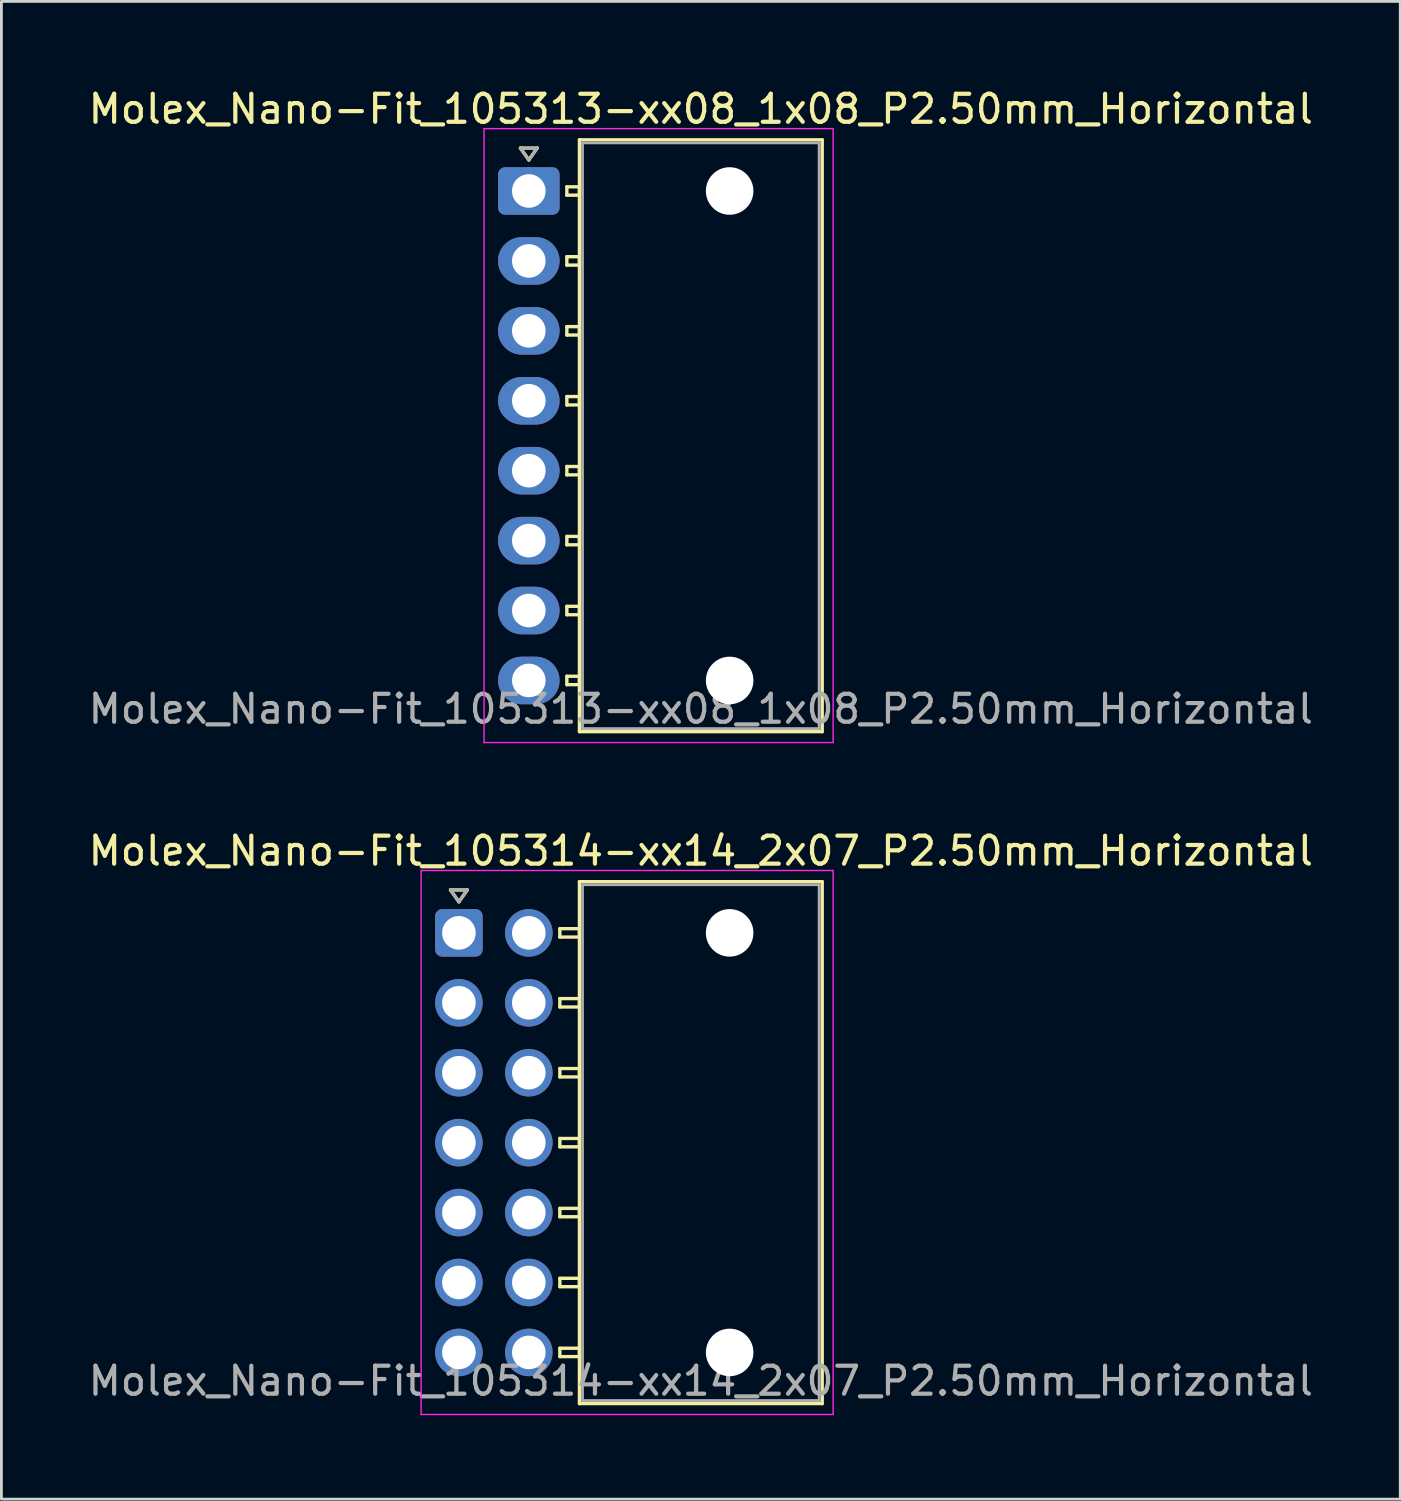
<source format=kicad_pcb>
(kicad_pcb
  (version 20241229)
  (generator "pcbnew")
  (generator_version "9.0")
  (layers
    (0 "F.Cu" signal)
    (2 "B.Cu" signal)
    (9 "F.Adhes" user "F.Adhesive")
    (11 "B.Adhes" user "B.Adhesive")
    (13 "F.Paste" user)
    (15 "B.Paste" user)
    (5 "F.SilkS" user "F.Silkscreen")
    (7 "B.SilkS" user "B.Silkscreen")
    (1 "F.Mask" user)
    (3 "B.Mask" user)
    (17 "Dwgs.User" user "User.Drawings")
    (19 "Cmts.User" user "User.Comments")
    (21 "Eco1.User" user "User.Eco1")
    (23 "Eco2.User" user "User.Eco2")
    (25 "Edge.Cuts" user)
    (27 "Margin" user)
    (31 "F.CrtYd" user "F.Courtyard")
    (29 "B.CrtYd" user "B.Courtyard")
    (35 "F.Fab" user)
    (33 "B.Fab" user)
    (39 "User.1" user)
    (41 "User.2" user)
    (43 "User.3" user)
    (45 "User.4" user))
  (footprint "Molex_Nano-Fit_105313-xx08_1x08_P2.50mm_Horizontal"
    (layer "F.Cu")
    (at 15.856 3.778)
    (property "Reference" "Molex_Nano-Fit_105313-xx08_1x08_P2.50mm_Horizontal" (at 6.15 -2.93 0) (layer "F.SilkS") (effects (font (size 1 1) (thickness 0.15))))
    (attr through_hole)
    (fp_line (start -0.3 -1.534) (end 0 -1.11) (stroke (width 0.12) (type solid)) (layer "F.SilkS"))
    (fp_line (start 0 -1.11) (end 0.3 -1.534) (stroke (width 0.12) (type solid)) (layer "F.SilkS"))
    (fp_line (start 0.3 -1.534) (end -0.3 -1.534) (stroke (width 0.12) (type solid)) (layer "F.SilkS"))
    (fp_line (start 1.36 -0.15) (end 1.36 0.15) (stroke (width 0.12) (type solid)) (layer "F.SilkS"))
    (fp_line (start 1.36 0.15) (end 1.81 0.15) (stroke (width 0.12) (type solid)) (layer "F.SilkS"))
    (fp_line (start 1.36 2.35) (end 1.36 2.65) (stroke (width 0.12) (type solid)) (layer "F.SilkS"))
    (fp_line (start 1.36 2.65) (end 1.81 2.65) (stroke (width 0.12) (type solid)) (layer "F.SilkS"))
    (fp_line (start 1.36 4.85) (end 1.36 5.15) (stroke (width 0.12) (type solid)) (layer "F.SilkS"))
    (fp_line (start 1.36 5.15) (end 1.81 5.15) (stroke (width 0.12) (type solid)) (layer "F.SilkS"))
    (fp_line (start 1.36 7.35) (end 1.36 7.65) (stroke (width 0.12) (type solid)) (layer "F.SilkS"))
    (fp_line (start 1.36 7.65) (end 1.81 7.65) (stroke (width 0.12) (type solid)) (layer "F.SilkS"))
    (fp_line (start 1.36 9.85) (end 1.36 10.15) (stroke (width 0.12) (type solid)) (layer "F.SilkS"))
    (fp_line (start 1.36 10.15) (end 1.81 10.15) (stroke (width 0.12) (type solid)) (layer "F.SilkS"))
    (fp_line (start 1.36 12.35) (end 1.36 12.65) (stroke (width 0.12) (type solid)) (layer "F.SilkS"))
    (fp_line (start 1.36 12.65) (end 1.81 12.65) (stroke (width 0.12) (type solid)) (layer "F.SilkS"))
    (fp_line (start 1.36 14.85) (end 1.36 15.15) (stroke (width 0.12) (type solid)) (layer "F.SilkS"))
    (fp_line (start 1.36 15.15) (end 1.81 15.15) (stroke (width 0.12) (type solid)) (layer "F.SilkS"))
    (fp_line (start 1.36 17.35) (end 1.36 17.65) (stroke (width 0.12) (type solid)) (layer "F.SilkS"))
    (fp_line (start 1.36 17.65) (end 1.81 17.65) (stroke (width 0.12) (type solid)) (layer "F.SilkS"))
    (fp_line (start 1.81 -1.83) (end 1.81 19.33) (stroke (width 0.12) (type solid)) (layer "F.SilkS"))
    (fp_line (start 1.81 -0.15) (end 1.36 -0.15) (stroke (width 0.12) (type solid)) (layer "F.SilkS"))
    (fp_line (start 1.81 0.15) (end 1.81 -0.15) (stroke (width 0.12) (type solid)) (layer "F.SilkS"))
    (fp_line (start 1.81 2.35) (end 1.36 2.35) (stroke (width 0.12) (type solid)) (layer "F.SilkS"))
    (fp_line (start 1.81 2.65) (end 1.81 2.35) (stroke (width 0.12) (type solid)) (layer "F.SilkS"))
    (fp_line (start 1.81 4.85) (end 1.36 4.85) (stroke (width 0.12) (type solid)) (layer "F.SilkS"))
    (fp_line (start 1.81 5.15) (end 1.81 4.85) (stroke (width 0.12) (type solid)) (layer "F.SilkS"))
    (fp_line (start 1.81 7.35) (end 1.36 7.35) (stroke (width 0.12) (type solid)) (layer "F.SilkS"))
    (fp_line (start 1.81 7.65) (end 1.81 7.35) (stroke (width 0.12) (type solid)) (layer "F.SilkS"))
    (fp_line (start 1.81 9.85) (end 1.36 9.85) (stroke (width 0.12) (type solid)) (layer "F.SilkS"))
    (fp_line (start 1.81 10.15) (end 1.81 9.85) (stroke (width 0.12) (type solid)) (layer "F.SilkS"))
    (fp_line (start 1.81 12.35) (end 1.36 12.35) (stroke (width 0.12) (type solid)) (layer "F.SilkS"))
    (fp_line (start 1.81 12.65) (end 1.81 12.35) (stroke (width 0.12) (type solid)) (layer "F.SilkS"))
    (fp_line (start 1.81 14.85) (end 1.36 14.85) (stroke (width 0.12) (type solid)) (layer "F.SilkS"))
    (fp_line (start 1.81 15.15) (end 1.81 14.85) (stroke (width 0.12) (type solid)) (layer "F.SilkS"))
    (fp_line (start 1.81 17.35) (end 1.36 17.35) (stroke (width 0.12) (type solid)) (layer "F.SilkS"))
    (fp_line (start 1.81 17.65) (end 1.81 17.35) (stroke (width 0.12) (type solid)) (layer "F.SilkS"))
    (fp_line (start 1.81 19.33) (end 10.49 19.33) (stroke (width 0.12) (type solid)) (layer "F.SilkS"))
    (fp_line (start 10.49 -1.83) (end 1.81 -1.83) (stroke (width 0.12) (type solid)) (layer "F.SilkS"))
    (fp_line (start 10.49 19.33) (end 10.49 -1.83) (stroke (width 0.12) (type solid)) (layer "F.SilkS"))
    (fp_line (start -1.6 -2.23) (end -1.6 19.72) (stroke (width 0.05) (type solid)) (layer "F.CrtYd"))
    (fp_line (start -1.6 19.72) (end 10.88 19.72) (stroke (width 0.05) (type solid)) (layer "F.CrtYd"))
    (fp_line (start 10.88 -2.23) (end -1.6 -2.23) (stroke (width 0.05) (type solid)) (layer "F.CrtYd"))
    (fp_line (start 10.88 19.72) (end 10.88 -2.23) (stroke (width 0.05) (type solid)) (layer "F.CrtYd"))
    (fp_line (start -0.3 -1.534) (end 0 -1.11) (stroke (width 0.1) (type solid)) (layer "F.Fab"))
    (fp_line (start 0 -1.11) (end 0.3 -1.534) (stroke (width 0.1) (type solid)) (layer "F.Fab"))
    (fp_line (start 0.3 -1.534) (end -0.3 -1.534) (stroke (width 0.1) (type solid)) (layer "F.Fab"))
    (fp_line (start 1.92 -1.72) (end 1.92 19.22) (stroke (width 0.1) (type solid)) (layer "F.Fab"))
    (fp_line (start 1.92 19.22) (end 10.38 19.22) (stroke (width 0.1) (type solid)) (layer "F.Fab"))
    (fp_line (start 10.38 -1.72) (end 1.92 -1.72) (stroke (width 0.1) (type solid)) (layer "F.Fab"))
    (fp_line (start 10.38 19.22) (end 10.38 -1.72) (stroke (width 0.1) (type solid)) (layer "F.Fab"))
    (fp_text user "${REFERENCE}" (at 6.15 18.52 0) (layer "F.Fab") (effects (font (size 1 1) (thickness 0.15))))
    (pad "" np_thru_hole circle (at 7.18 0) (size 1.7 1.7) (drill 1.7) (layers "*.Cu" "*.Mask"))
    (pad "" np_thru_hole circle (at 7.18 17.5) (size 1.7 1.7) (drill 1.7) (layers "*.Cu" "*.Mask"))
    (pad "1" thru_hole roundrect (at 0 0) (size 2.2 1.7) (drill 1.2) (layers "*.Cu" "*.Mask") (roundrect_rratio 0.147))
    (pad "2" thru_hole oval (at 0 2.5) (size 2.2 1.7) (drill 1.2) (layers "*.Cu" "*.Mask"))
    (pad "3" thru_hole oval (at 0 5) (size 2.2 1.7) (drill 1.2) (layers "*.Cu" "*.Mask"))
    (pad "4" thru_hole oval (at 0 7.5) (size 2.2 1.7) (drill 1.2) (layers "*.Cu" "*.Mask"))
    (pad "5" thru_hole oval (at 0 10) (size 2.2 1.7) (drill 1.2) (layers "*.Cu" "*.Mask"))
    (pad "6" thru_hole oval (at 0 12.5) (size 2.2 1.7) (drill 1.2) (layers "*.Cu" "*.Mask"))
    (pad "7" thru_hole oval (at 0 15) (size 2.2 1.7) (drill 1.2) (layers "*.Cu" "*.Mask"))
    (pad "8" thru_hole oval (at 0 17.5) (size 2.2 1.7) (drill 1.2) (layers "*.Cu" "*.Mask")))
  (footprint "Molex_Nano-Fit_105314-xx14_2x07_P2.50mm_Horizontal"
    (layer "F.Cu")
    (at 13.356 30.302)
    (property "Reference" "Molex_Nano-Fit_105314-xx14_2x07_P2.50mm_Horizontal" (at 8.65 -2.93 0) (layer "F.SilkS") (effects (font (size 1 1) (thickness 0.15))))
    (attr through_hole)
    (fp_line (start -0.3 -1.534) (end 0 -1.11) (stroke (width 0.12) (type solid)) (layer "F.SilkS"))
    (fp_line (start 0 -1.11) (end 0.3 -1.534) (stroke (width 0.12) (type solid)) (layer "F.SilkS"))
    (fp_line (start 0.3 -1.534) (end -0.3 -1.534) (stroke (width 0.12) (type solid)) (layer "F.SilkS"))
    (fp_line (start 3.61 -0.15) (end 3.61 0.15) (stroke (width 0.12) (type solid)) (layer "F.SilkS"))
    (fp_line (start 3.61 0.15) (end 4.31 0.15) (stroke (width 0.12) (type solid)) (layer "F.SilkS"))
    (fp_line (start 3.61 2.35) (end 3.61 2.65) (stroke (width 0.12) (type solid)) (layer "F.SilkS"))
    (fp_line (start 3.61 2.65) (end 4.31 2.65) (stroke (width 0.12) (type solid)) (layer "F.SilkS"))
    (fp_line (start 3.61 4.85) (end 3.61 5.15) (stroke (width 0.12) (type solid)) (layer "F.SilkS"))
    (fp_line (start 3.61 5.15) (end 4.31 5.15) (stroke (width 0.12) (type solid)) (layer "F.SilkS"))
    (fp_line (start 3.61 7.35) (end 3.61 7.65) (stroke (width 0.12) (type solid)) (layer "F.SilkS"))
    (fp_line (start 3.61 7.65) (end 4.31 7.65) (stroke (width 0.12) (type solid)) (layer "F.SilkS"))
    (fp_line (start 3.61 9.85) (end 3.61 10.15) (stroke (width 0.12) (type solid)) (layer "F.SilkS"))
    (fp_line (start 3.61 10.15) (end 4.31 10.15) (stroke (width 0.12) (type solid)) (layer "F.SilkS"))
    (fp_line (start 3.61 12.35) (end 3.61 12.65) (stroke (width 0.12) (type solid)) (layer "F.SilkS"))
    (fp_line (start 3.61 12.65) (end 4.31 12.65) (stroke (width 0.12) (type solid)) (layer "F.SilkS"))
    (fp_line (start 3.61 14.85) (end 3.61 15.15) (stroke (width 0.12) (type solid)) (layer "F.SilkS"))
    (fp_line (start 3.61 15.15) (end 4.31 15.15) (stroke (width 0.12) (type solid)) (layer "F.SilkS"))
    (fp_line (start 4.31 -1.83) (end 4.31 16.83) (stroke (width 0.12) (type solid)) (layer "F.SilkS"))
    (fp_line (start 4.31 -0.15) (end 3.61 -0.15) (stroke (width 0.12) (type solid)) (layer "F.SilkS"))
    (fp_line (start 4.31 0.15) (end 4.31 -0.15) (stroke (width 0.12) (type solid)) (layer "F.SilkS"))
    (fp_line (start 4.31 2.35) (end 3.61 2.35) (stroke (width 0.12) (type solid)) (layer "F.SilkS"))
    (fp_line (start 4.31 2.65) (end 4.31 2.35) (stroke (width 0.12) (type solid)) (layer "F.SilkS"))
    (fp_line (start 4.31 4.85) (end 3.61 4.85) (stroke (width 0.12) (type solid)) (layer "F.SilkS"))
    (fp_line (start 4.31 5.15) (end 4.31 4.85) (stroke (width 0.12) (type solid)) (layer "F.SilkS"))
    (fp_line (start 4.31 7.35) (end 3.61 7.35) (stroke (width 0.12) (type solid)) (layer "F.SilkS"))
    (fp_line (start 4.31 7.65) (end 4.31 7.35) (stroke (width 0.12) (type solid)) (layer "F.SilkS"))
    (fp_line (start 4.31 9.85) (end 3.61 9.85) (stroke (width 0.12) (type solid)) (layer "F.SilkS"))
    (fp_line (start 4.31 10.15) (end 4.31 9.85) (stroke (width 0.12) (type solid)) (layer "F.SilkS"))
    (fp_line (start 4.31 12.35) (end 3.61 12.35) (stroke (width 0.12) (type solid)) (layer "F.SilkS"))
    (fp_line (start 4.31 12.65) (end 4.31 12.35) (stroke (width 0.12) (type solid)) (layer "F.SilkS"))
    (fp_line (start 4.31 14.85) (end 3.61 14.85) (stroke (width 0.12) (type solid)) (layer "F.SilkS"))
    (fp_line (start 4.31 15.15) (end 4.31 14.85) (stroke (width 0.12) (type solid)) (layer "F.SilkS"))
    (fp_line (start 4.31 16.83) (end 12.99 16.83) (stroke (width 0.12) (type solid)) (layer "F.SilkS"))
    (fp_line (start 12.99 -1.83) (end 4.31 -1.83) (stroke (width 0.12) (type solid)) (layer "F.SilkS"))
    (fp_line (start 12.99 16.83) (end 12.99 -1.83) (stroke (width 0.12) (type solid)) (layer "F.SilkS"))
    (fp_line (start -1.35 -2.23) (end -1.35 17.22) (stroke (width 0.05) (type solid)) (layer "F.CrtYd"))
    (fp_line (start -1.35 17.22) (end 13.38 17.22) (stroke (width 0.05) (type solid)) (layer "F.CrtYd"))
    (fp_line (start 13.38 -2.23) (end -1.35 -2.23) (stroke (width 0.05) (type solid)) (layer "F.CrtYd"))
    (fp_line (start 13.38 17.22) (end 13.38 -2.23) (stroke (width 0.05) (type solid)) (layer "F.CrtYd"))
    (fp_line (start -0.3 -1.534) (end 0 -1.11) (stroke (width 0.1) (type solid)) (layer "F.Fab"))
    (fp_line (start 0 -1.11) (end 0.3 -1.534) (stroke (width 0.1) (type solid)) (layer "F.Fab"))
    (fp_line (start 0.3 -1.534) (end -0.3 -1.534) (stroke (width 0.1) (type solid)) (layer "F.Fab"))
    (fp_line (start 4.42 -1.72) (end 4.42 16.72) (stroke (width 0.1) (type solid)) (layer "F.Fab"))
    (fp_line (start 4.42 16.72) (end 12.88 16.72) (stroke (width 0.1) (type solid)) (layer "F.Fab"))
    (fp_line (start 12.88 -1.72) (end 4.42 -1.72) (stroke (width 0.1) (type solid)) (layer "F.Fab"))
    (fp_line (start 12.88 16.72) (end 12.88 -1.72) (stroke (width 0.1) (type solid)) (layer "F.Fab"))
    (fp_text user "${REFERENCE}" (at 8.65 16.02 0) (layer "F.Fab") (effects (font (size 1 1) (thickness 0.15))))
    (pad "" np_thru_hole circle (at 9.68 0) (size 1.7 1.7) (drill 1.7) (layers "*.Cu" "*.Mask"))
    (pad "" np_thru_hole circle (at 9.68 15) (size 1.7 1.7) (drill 1.7) (layers "*.Cu" "*.Mask"))
    (pad "1" thru_hole roundrect (at 0 0) (size 1.7 1.7) (drill 1.2) (layers "*.Cu" "*.Mask") (roundrect_rratio 0.147))
    (pad "2" thru_hole circle (at 0 2.5) (size 1.7 1.7) (drill 1.2) (layers "*.Cu" "*.Mask"))
    (pad "3" thru_hole circle (at 0 5) (size 1.7 1.7) (drill 1.2) (layers "*.Cu" "*.Mask"))
    (pad "4" thru_hole circle (at 0 7.5) (size 1.7 1.7) (drill 1.2) (layers "*.Cu" "*.Mask"))
    (pad "5" thru_hole circle (at 0 10) (size 1.7 1.7) (drill 1.2) (layers "*.Cu" "*.Mask"))
    (pad "6" thru_hole circle (at 0 12.5) (size 1.7 1.7) (drill 1.2) (layers "*.Cu" "*.Mask"))
    (pad "7" thru_hole circle (at 0 15) (size 1.7 1.7) (drill 1.2) (layers "*.Cu" "*.Mask"))
    (pad "8" thru_hole circle (at 2.5 0) (size 1.7 1.7) (drill 1.2) (layers "*.Cu" "*.Mask"))
    (pad "9" thru_hole circle (at 2.5 2.5) (size 1.7 1.7) (drill 1.2) (layers "*.Cu" "*.Mask"))
    (pad "10" thru_hole circle (at 2.5 5) (size 1.7 1.7) (drill 1.2) (layers "*.Cu" "*.Mask"))
    (pad "11" thru_hole circle (at 2.5 7.5) (size 1.7 1.7) (drill 1.2) (layers "*.Cu" "*.Mask"))
    (pad "12" thru_hole circle (at 2.5 10) (size 1.7 1.7) (drill 1.2) (layers "*.Cu" "*.Mask"))
    (pad "13" thru_hole circle (at 2.5 12.5) (size 1.7 1.7) (drill 1.2) (layers "*.Cu" "*.Mask"))
    (pad "14" thru_hole circle (at 2.5 15) (size 1.7 1.7) (drill 1.2) (layers "*.Cu" "*.Mask")))
  (gr_rect
    (start -3 -3)
    (end 47.012 50.547)
    (stroke (width 0.1) (type default))
    (fill no)
    (layer "Edge.Cuts")))
</source>
